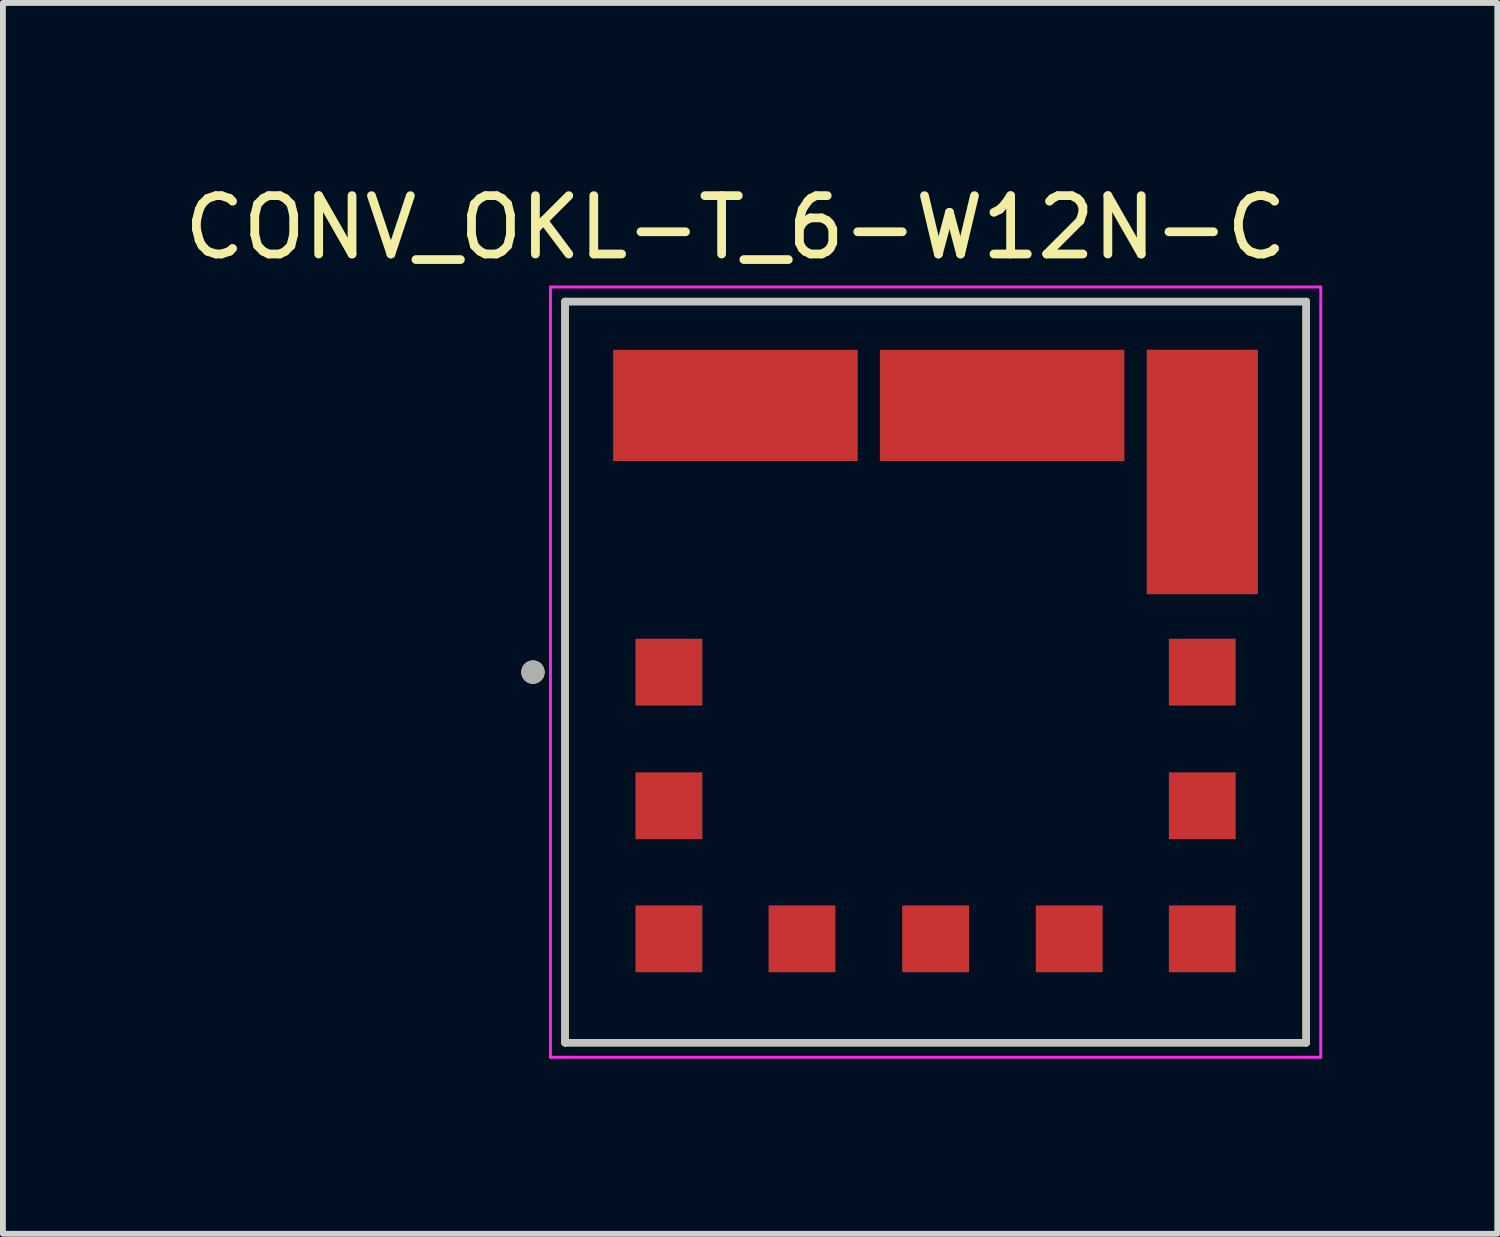
<source format=kicad_pcb>
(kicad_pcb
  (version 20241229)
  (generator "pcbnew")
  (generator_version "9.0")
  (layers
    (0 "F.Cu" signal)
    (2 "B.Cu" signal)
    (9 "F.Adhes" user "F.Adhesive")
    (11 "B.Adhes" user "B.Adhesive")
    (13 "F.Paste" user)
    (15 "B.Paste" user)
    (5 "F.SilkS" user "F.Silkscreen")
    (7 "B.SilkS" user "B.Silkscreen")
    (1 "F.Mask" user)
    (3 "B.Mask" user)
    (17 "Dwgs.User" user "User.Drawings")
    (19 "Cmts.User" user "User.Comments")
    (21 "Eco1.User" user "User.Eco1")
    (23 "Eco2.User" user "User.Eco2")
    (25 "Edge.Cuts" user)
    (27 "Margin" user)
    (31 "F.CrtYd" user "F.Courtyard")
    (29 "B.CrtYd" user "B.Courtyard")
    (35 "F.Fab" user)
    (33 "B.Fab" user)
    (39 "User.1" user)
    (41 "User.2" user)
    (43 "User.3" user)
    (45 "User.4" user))
  (footprint "CONV_OKL-T_6-W12N-C"
    (layer "F.Cu")
    (at 12.983 8.468)
    (property "Reference" "CONV_OKL-T_6-W12N-C" (at -3.429 -7.62 0) (layer "F.SilkS") (effects (font (size 1 1) (thickness 0.15))))
    (attr through_hole)
    (fp_line (start -6.35 -6.35) (end 6.35 -6.35) (stroke (width 0.127) (type solid)) (layer "F.SilkS"))
    (fp_line (start -6.35 6.35) (end -6.35 -6.35) (stroke (width 0.127) (type solid)) (layer "F.SilkS"))
    (fp_line (start 6.35 -6.35) (end 6.35 6.35) (stroke (width 0.127) (type solid)) (layer "F.SilkS"))
    (fp_line (start 6.35 6.35) (end -6.35 6.35) (stroke (width 0.127) (type solid)) (layer "F.SilkS"))
    (fp_circle (center -6.9 0) (end -6.8 0) (stroke (width 0.2) (type solid)) (fill no) (layer "F.SilkS"))
    (fp_line (start -6.35 -6.35) (end 6.35 -6.35) (stroke (width 0.127) (type solid)) (layer "Dwgs.User"))
    (fp_line (start -6.35 6.35) (end -6.35 -6.35) (stroke (width 0.127) (type solid)) (layer "Dwgs.User"))
    (fp_line (start 6.35 -6.35) (end 6.35 6.35) (stroke (width 0.127) (type solid)) (layer "Dwgs.User"))
    (fp_line (start 6.35 6.35) (end -6.35 6.35) (stroke (width 0.127) (type solid)) (layer "Dwgs.User"))
    (fp_line (start -6.6 -6.6) (end 6.6 -6.6) (stroke (width 0.05) (type solid)) (layer "F.CrtYd"))
    (fp_line (start -6.6 6.6) (end -6.6 -6.6) (stroke (width 0.05) (type solid)) (layer "F.CrtYd"))
    (fp_line (start 6.6 -6.6) (end 6.6 6.6) (stroke (width 0.05) (type solid)) (layer "F.CrtYd"))
    (fp_line (start 6.6 6.6) (end -6.6 6.6) (stroke (width 0.05) (type solid)) (layer "F.CrtYd"))
    (fp_circle (center -6.9 0) (end -6.8 0) (stroke (width 0.2) (type solid)) (fill no) (layer "F.Fab"))
    (pad "1" smd rect (at -4.57 0) (size 1.145 1.145) (layers "F.Cu" "F.Mask" "F.Paste"))
    (pad "2" smd rect (at -3.43 -4.57) (size 4.19 1.905) (layers "F.Cu" "F.Mask" "F.Paste"))
    (pad "3" smd rect (at 1.14 -4.57) (size 4.19 1.905) (layers "F.Cu" "F.Mask" "F.Paste"))
    (pad "4" smd rect (at 4.57 -3.43) (size 1.905 4.19) (layers "F.Cu" "F.Mask" "F.Paste"))
    (pad "5" smd rect (at 4.57 0) (size 1.145 1.145) (layers "F.Cu" "F.Mask" "F.Paste"))
    (pad "6" smd rect (at 4.57 4.57) (size 1.145 1.145) (layers "F.Cu" "F.Mask" "F.Paste"))
    (pad "7" smd rect (at 0 4.57) (size 1.145 1.145) (layers "F.Cu" "F.Mask" "F.Paste"))
    (pad "8" smd rect (at -2.29 4.57) (size 1.145 1.145) (layers "F.Cu" "F.Mask" "F.Paste"))
    (pad "9" smd rect (at -4.57 4.57) (size 1.145 1.145) (layers "F.Cu" "F.Mask" "F.Paste"))
    (pad "10" smd rect (at -4.57 2.29) (size 1.145 1.145) (layers "F.Cu" "F.Mask" "F.Paste"))
    (pad "11" smd rect (at 4.57 2.29) (size 1.145 1.145) (layers "F.Cu" "F.Mask" "F.Paste"))
    (pad "12" smd rect (at 2.29 4.57) (size 1.145 1.145) (layers "F.Cu" "F.Mask" "F.Paste")))
  (gr_rect
    (start -3 -3)
    (end 22.608 18.093)
    (stroke (width 0.1) (type default))
    (fill no)
    (layer "Edge.Cuts")))
</source>
